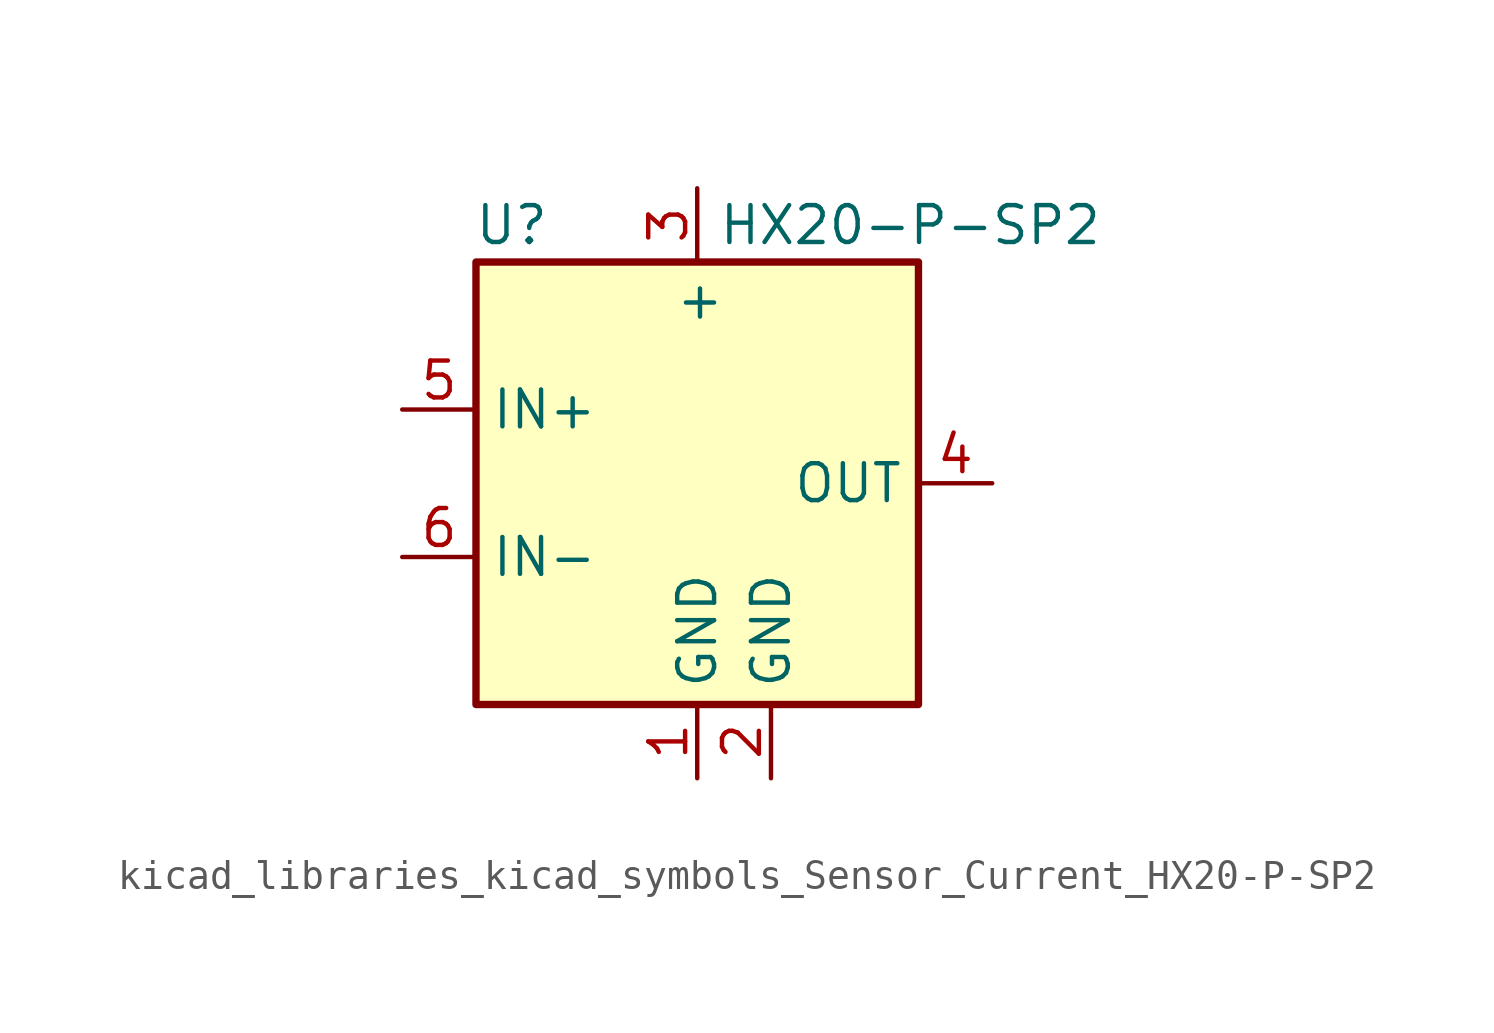
<source format=kicad_sym>
(kicad_symbol_lib
  (version 20220914)
  (generator kicad_symbol_editor)
  (symbol "kicad_libraries_kicad_symbols_Sensor_Current_HX20-P-SP2"
    (property "Reference" "U"
      (at -5.08 8.89 0)
      (effects (font (size 1.27 1.27)) (justify right)))
    (property "Value" "HX20-P-SP2"
      (at 13.97 8.89 0)
      (effects (font (size 1.27 1.27)) (justify right)))
    (symbol "kicad_libraries_kicad_symbols_Sensor_Current_HX20-P-SP2_0_1"
      (rectangle (start -7.62 7.62) (end 7.62 -7.62) (stroke (width 0.254) (type default)) (fill (type background))))
    (symbol "kicad_libraries_kicad_symbols_Sensor_Current_HX20-P-SP2_1_1"
      (pin power_in line (at 0 -10.16 90) (length 2.54) (name "GND" (effects (font (size 1.27 1.27)))) (number "1" (effects (font (size 1.27 1.27)))))
      (pin power_in line (at 2.54 -10.16 90) (length 2.54) (name "GND" (effects (font (size 1.27 1.27)))) (number "2" (effects (font (size 1.27 1.27)))))
      (pin power_in line (at 0 10.16 270) (length 2.54) (name "+" (effects (font (size 1.27 1.27)))) (number "3" (effects (font (size 1.27 1.27)))))
      (pin output line (at 10.16 0 180) (length 2.54) (name "OUT" (effects (font (size 1.27 1.27)))) (number "4" (effects (font (size 1.27 1.27)))))
      (pin passive line (at -10.16 2.54 0) (length 2.54) (name "IN+" (effects (font (size 1.27 1.27)))) (number "5" (effects (font (size 1.27 1.27)))))
      (pin passive line (at -10.16 -2.54 0) (length 2.54) (name "IN-" (effects (font (size 1.27 1.27)))) (number "6" (effects (font (size 1.27 1.27))))))))
</source>
